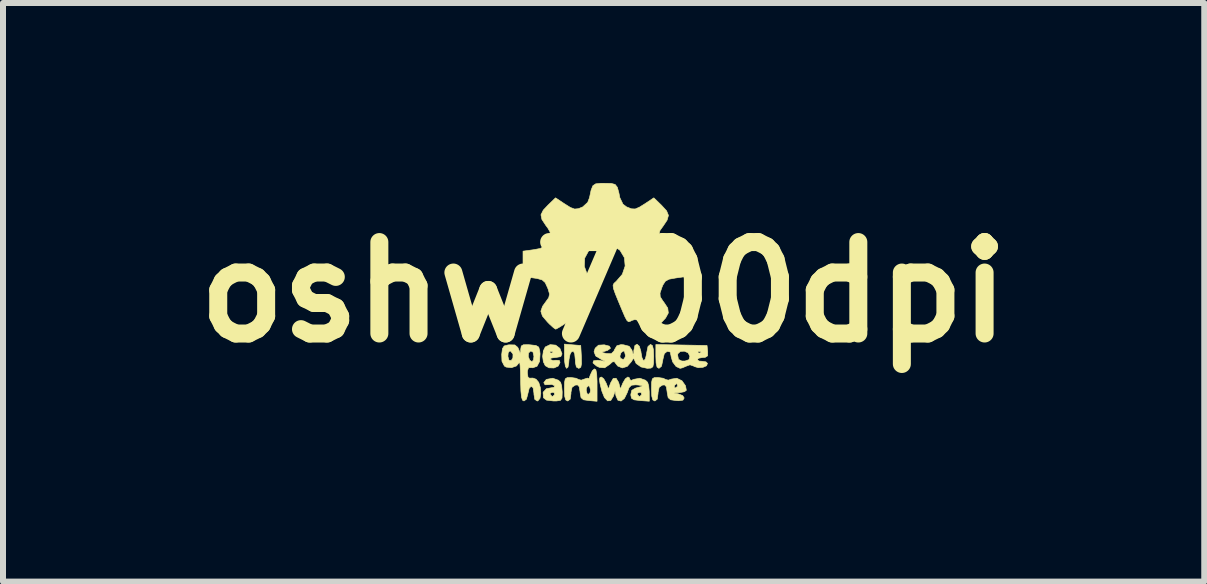
<source format=kicad_pcb>
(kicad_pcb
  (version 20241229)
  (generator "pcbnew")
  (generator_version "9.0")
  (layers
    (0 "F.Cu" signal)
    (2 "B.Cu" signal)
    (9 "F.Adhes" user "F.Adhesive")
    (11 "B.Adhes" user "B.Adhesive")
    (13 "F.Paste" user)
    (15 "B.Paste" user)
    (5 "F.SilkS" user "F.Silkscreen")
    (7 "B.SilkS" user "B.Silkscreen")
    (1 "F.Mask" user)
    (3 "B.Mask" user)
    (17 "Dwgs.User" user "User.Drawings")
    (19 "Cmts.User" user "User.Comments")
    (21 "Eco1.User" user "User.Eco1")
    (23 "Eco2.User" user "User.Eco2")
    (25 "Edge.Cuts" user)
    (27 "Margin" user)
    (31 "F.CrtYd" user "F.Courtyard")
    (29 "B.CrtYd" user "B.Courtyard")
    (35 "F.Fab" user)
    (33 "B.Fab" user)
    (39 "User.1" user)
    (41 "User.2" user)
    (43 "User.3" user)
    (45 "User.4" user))
  (footprint "oshw700dpi"
    (layer "F.Cu")
    (at 7.01 1.819)
    (property "Reference" "oshw700dpi" (at 0 0 0) (layer "F.SilkS") (effects (font (size 1.524 1.524) (thickness 0.3))))
    (attr through_hole)
    (fp_poly (pts (xy -0.517 0.878) (xy -0.381 0.889) (xy -0.37 1.079) (xy -0.368 1.194) (xy -0.38 1.252) (xy -0.411 1.27) (xy -0.415 1.27) (xy -0.454 1.248) (xy -0.47 1.174) (xy -0.472 1.125) (xy -0.482 1.026) (xy -0.506 0.982) (xy -0.539 0.999) (xy -0.559 1.037) (xy -0.576 1.119) (xy -0.581 1.182) (xy -0.593 1.249) (xy -0.617 1.27) (xy -0.637 1.237) (xy -0.65 1.152) (xy -0.653 1.068) (xy -0.653 0.866) (xy -0.517 0.878)) (stroke (width 0.01) (type solid)) (fill yes) (layer "F.SilkS"))
    (fp_poly (pts (xy -0.799 0.883) (xy -0.73 0.936) (xy -0.727 0.941) (xy -0.693 1.029) (xy -0.714 1.075) (xy -0.796 1.089) (xy -0.8 1.089) (xy -0.871 1.098) (xy -0.892 1.119) (xy -0.891 1.121) (xy -0.844 1.14) (xy -0.798 1.135) (xy -0.738 1.138) (xy -0.726 1.171) (xy -0.756 1.232) (xy -0.827 1.264) (xy -0.911 1.261) (xy -0.972 1.226) (xy -1.004 1.161) (xy -1.016 1.07) (xy -1.005 0.992) (xy -0.895 0.992) (xy -0.89 1.013) (xy -0.871 1.016) (xy -0.841 1.003) (xy -0.847 0.992) (xy -0.89 0.987) (xy -0.895 0.992) (xy -1.005 0.992) (xy -1.003 0.976) (xy -0.972 0.914) (xy -0.891 0.875) (xy -0.799 0.883)) (stroke (width 0.01) (type solid)) (fill yes) (layer "F.SilkS"))
    (fp_poly (pts (xy -0.753 1.468) (xy -0.717 1.503) (xy -0.699 1.563) (xy -0.69 1.66) (xy -0.69 1.678) (xy -0.693 1.765) (xy -0.719 1.804) (xy -0.786 1.814) (xy -0.836 1.814) (xy -0.952 1.8) (xy -1.003 1.76) (xy -1.007 1.686) (xy -0.892 1.686) (xy -0.889 1.705) (xy -0.858 1.74) (xy -0.853 1.742) (xy -0.824 1.716) (xy -0.816 1.705) (xy -0.825 1.675) (xy -0.853 1.669) (xy -0.892 1.686) (xy -1.007 1.686) (xy -1.008 1.669) (xy -0.954 1.61) (xy -0.888 1.597) (xy -0.824 1.585) (xy -0.817 1.559) (xy -0.866 1.537) (xy -0.907 1.542) (xy -0.976 1.544) (xy -0.997 1.509) (xy -0.96 1.461) (xy -0.947 1.453) (xy -0.848 1.435) (xy -0.753 1.468)) (stroke (width 0.01) (type solid)) (fill yes) (layer "F.SilkS"))
    (fp_poly (pts (xy -0.129 1.293) (xy -0.115 1.36) (xy -0.109 1.489) (xy -0.109 1.541) (xy -0.109 1.819) (xy -0.245 1.807) (xy -0.335 1.794) (xy -0.376 1.759) (xy -0.391 1.68) (xy -0.392 1.664) (xy -0.397 1.633) (xy -0.29 1.633) (xy -0.275 1.692) (xy -0.254 1.705) (xy -0.225 1.675) (xy -0.218 1.633) (xy -0.233 1.574) (xy -0.254 1.56) (xy -0.283 1.591) (xy -0.29 1.633) (xy -0.397 1.633) (xy -0.406 1.577) (xy -0.434 1.546) (xy -0.474 1.55) (xy -0.526 1.586) (xy -0.544 1.67) (xy -0.544 1.692) (xy -0.557 1.784) (xy -0.597 1.814) (xy -0.599 1.814) (xy -0.632 1.796) (xy -0.649 1.733) (xy -0.653 1.617) (xy -0.651 1.504) (xy -0.639 1.446) (xy -0.607 1.425) (xy -0.544 1.423) (xy -0.543 1.423) (xy -0.459 1.435) (xy -0.414 1.457) (xy -0.372 1.467) (xy -0.324 1.45) (xy -0.268 1.432) (xy -0.25 1.441) (xy -0.24 1.434) (xy -0.222 1.382) (xy -0.187 1.309) (xy -0.153 1.279) (xy -0.129 1.293)) (stroke (width 0.01) (type solid)) (fill yes) (layer "F.SilkS"))
    (fp_poly (pts (xy 0.908 1.423) (xy 0.992 1.435) (xy 1.038 1.457) (xy 1.08 1.467) (xy 1.127 1.45) (xy 1.22 1.435) (xy 1.306 1.477) (xy 1.365 1.56) (xy 1.379 1.636) (xy 1.347 1.66) (xy 1.27 1.674) (xy 1.261 1.675) (xy 1.187 1.679) (xy 1.182 1.685) (xy 1.243 1.695) (xy 1.318 1.724) (xy 1.343 1.764) (xy 1.322 1.8) (xy 1.252 1.81) (xy 1.206 1.807) (xy 1.117 1.794) (xy 1.076 1.759) (xy 1.061 1.68) (xy 1.059 1.664) (xy 1.046 1.577) (xy 1.03 1.56) (xy 1.179 1.56) (xy 1.182 1.594) (xy 1.195 1.597) (xy 1.232 1.57) (xy 1.234 1.56) (xy 1.221 1.525) (xy 1.218 1.524) (xy 1.187 1.549) (xy 1.179 1.56) (xy 1.03 1.56) (xy 1.017 1.546) (xy 0.978 1.55) (xy 0.926 1.586) (xy 0.908 1.67) (xy 0.907 1.692) (xy 0.894 1.784) (xy 0.855 1.814) (xy 0.853 1.814) (xy 0.82 1.796) (xy 0.803 1.733) (xy 0.798 1.617) (xy 0.8 1.504) (xy 0.812 1.446) (xy 0.844 1.425) (xy 0.907 1.423) (xy 0.908 1.423)) (stroke (width 0.01) (type solid)) (fill yes) (layer "F.SilkS"))
    (fp_poly (pts (xy 1.724 0.889) (xy 1.735 0.989) (xy 1.734 1.061) (xy 1.693 1.087) (xy 1.653 1.089) (xy 1.584 1.101) (xy 1.56 1.124) (xy 1.59 1.149) (xy 1.638 1.152) (xy 1.706 1.162) (xy 1.731 1.187) (xy 1.716 1.227) (xy 1.656 1.253) (xy 1.579 1.259) (xy 1.513 1.24) (xy 1.508 1.235) (xy 1.44 1.211) (xy 1.384 1.231) (xy 1.311 1.262) (xy 1.275 1.27) (xy 1.208 1.239) (xy 1.151 1.163) (xy 1.125 1.072) (xy 1.125 1.065) (xy 1.121 1.049) (xy 1.234 1.049) (xy 1.248 1.121) (xy 1.303 1.148) (xy 1.358 1.148) (xy 1.424 1.125) (xy 1.438 1.067) (xy 1.408 1.011) (xy 1.365 0.992) (xy 1.572 0.992) (xy 1.577 1.013) (xy 1.597 1.016) (xy 1.626 1.003) (xy 1.621 0.992) (xy 1.578 0.987) (xy 1.572 0.992) (xy 1.365 0.992) (xy 1.346 0.984) (xy 1.28 0.988) (xy 1.238 1.026) (xy 1.234 1.049) (xy 1.121 1.049) (xy 1.111 0.998) (xy 1.062 0.986) (xy 1.061 0.986) (xy 1.012 1.025) (xy 0.988 1.123) (xy 0.987 1.134) (xy 0.965 1.235) (xy 0.923 1.27) (xy 0.923 1.27) (xy 0.891 1.25) (xy 0.875 1.181) (xy 0.871 1.072) (xy 0.871 0.873) (xy 1.724 0.889)) (stroke (width 0.01) (type solid)) (fill yes) (layer "F.SilkS"))
    (fp_poly (pts (xy 0.433 1.431) (xy 0.435 1.453) (xy 0.458 1.472) (xy 0.505 1.453) (xy 0.604 1.435) (xy 0.698 1.468) (xy 0.734 1.503) (xy 0.752 1.563) (xy 0.761 1.66) (xy 0.761 1.68) (xy 0.762 1.818) (xy 0.608 1.807) (xy 0.51 1.795) (xy 0.465 1.769) (xy 0.454 1.717) (xy 0.454 1.706) (xy 0.458 1.686) (xy 0.56 1.686) (xy 0.562 1.705) (xy 0.593 1.74) (xy 0.599 1.742) (xy 0.628 1.716) (xy 0.635 1.705) (xy 0.626 1.675) (xy 0.599 1.669) (xy 0.56 1.686) (xy 0.458 1.686) (xy 0.47 1.636) (xy 0.534 1.599) (xy 0.562 1.592) (xy 0.638 1.572) (xy 0.643 1.558) (xy 0.577 1.548) (xy 0.534 1.545) (xy 0.465 1.551) (xy 0.424 1.592) (xy 0.393 1.677) (xy 0.347 1.771) (xy 0.291 1.815) (xy 0.239 1.802) (xy 0.207 1.733) (xy 0.191 1.651) (xy 0.164 1.733) (xy 0.12 1.805) (xy 0.067 1.812) (xy 0.014 1.757) (xy -0.029 1.65) (xy -0.06 1.524) (xy -0.07 1.452) (xy -0.059 1.421) (xy -0.035 1.415) (xy 0.003 1.445) (xy 0.042 1.515) (xy 0.081 1.615) (xy 0.117 1.513) (xy 0.16 1.439) (xy 0.208 1.435) (xy 0.249 1.501) (xy 0.257 1.527) (xy 0.28 1.615) (xy 0.321 1.515) (xy 0.362 1.445) (xy 0.405 1.414) (xy 0.433 1.431)) (stroke (width 0.01) (type solid)) (fill yes) (layer "F.SilkS"))
    (fp_poly (pts (xy 0.596 0.902) (xy 0.622 0.988) (xy 0.624 1.007) (xy 0.64 1.094) (xy 0.665 1.141) (xy 0.671 1.143) (xy 0.697 1.111) (xy 0.716 1.031) (xy 0.719 1.007) (xy 0.74 0.906) (xy 0.782 0.871) (xy 0.782 0.871) (xy 0.814 0.891) (xy 0.831 0.96) (xy 0.835 1.07) (xy 0.833 1.185) (xy 0.821 1.244) (xy 0.789 1.266) (xy 0.728 1.27) (xy 0.624 1.247) (xy 0.542 1.189) (xy 0.508 1.115) (xy 0.507 1.113) (xy 0.494 1.109) (xy 0.462 1.159) (xy 0.461 1.161) (xy 0.394 1.238) (xy 0.312 1.263) (xy 0.236 1.232) (xy 0.214 1.205) (xy 0.179 1.158) (xy 0.145 1.164) (xy 0.103 1.203) (xy 0.018 1.261) (xy -0.07 1.254) (xy -0.118 1.231) (xy -0.177 1.18) (xy -0.169 1.145) (xy -0.102 1.135) (xy -0.064 1.14) (xy 0.01 1.152) (xy 0.017 1.147) (xy -0.035 1.123) (xy -0.127 1.066) (xy 0.271 1.066) (xy 0.281 1.103) (xy 0.331 1.124) (xy 0.36 1.082) (xy 0.363 1.052) (xy 0.349 0.993) (xy 0.33 0.98) (xy 0.291 1.009) (xy 0.271 1.066) (xy -0.127 1.066) (xy -0.132 1.063) (xy -0.159 0.993) (xy -0.14 0.934) (xy -0.085 0.884) (xy 0.011 0.878) (xy 0.096 0.9) (xy 0.115 0.935) (xy 0.066 0.971) (xy 0.029 0.982) (xy -0.024 0.998) (xy -0.014 1.009) (xy 0.048 1.023) (xy 0.128 1.026) (xy 0.171 0.984) (xy 0.184 0.955) (xy 0.222 0.893) (xy 0.289 0.875) (xy 0.334 0.878) (xy 0.426 0.902) (xy 0.471 0.964) (xy 0.476 0.98) (xy 0.501 1.07) (xy 0.504 0.971) (xy 0.522 0.889) (xy 0.558 0.868) (xy 0.596 0.902)) (stroke (width 0.01) (type solid)) (fill yes) (layer "F.SilkS"))
    (fp_poly (pts (xy -1.225 0.878) (xy -1.128 0.889) (xy -1.081 0.916) (xy -1.064 0.979) (xy -1.059 1.028) (xy -1.067 1.155) (xy -1.11 1.236) (xy -1.182 1.261) (xy -1.204 1.258) (xy -1.251 1.26) (xy -1.269 1.311) (xy -1.27 1.348) (xy -1.26 1.418) (xy -1.235 1.434) (xy -1.234 1.434) (xy -1.178 1.432) (xy -1.126 1.451) (xy -1.081 1.504) (xy -1.054 1.591) (xy -1.047 1.688) (xy -1.06 1.77) (xy -1.095 1.812) (xy -1.107 1.814) (xy -1.147 1.787) (xy -1.161 1.701) (xy -1.161 1.684) (xy -1.175 1.594) (xy -1.206 1.568) (xy -1.24 1.602) (xy -1.263 1.696) (xy -1.263 1.699) (xy -1.287 1.785) (xy -1.327 1.814) (xy -1.352 1.8) (xy -1.368 1.749) (xy -1.378 1.65) (xy -1.383 1.492) (xy -1.383 1.46) (xy -1.386 1.319) (xy -1.392 1.217) (xy -1.399 1.167) (xy -1.404 1.17) (xy -1.452 1.23) (xy -1.536 1.259) (xy -1.624 1.249) (xy -1.653 1.232) (xy -1.694 1.153) (xy -1.697 1.071) (xy -1.595 1.071) (xy -1.579 1.129) (xy -1.572 1.137) (xy -1.538 1.139) (xy -1.512 1.097) (xy -1.511 1.071) (xy -1.256 1.071) (xy -1.232 1.133) (xy -1.194 1.161) (xy -1.169 1.13) (xy -1.161 1.07) (xy -1.177 0.999) (xy -1.214 0.98) (xy -1.25 1.013) (xy -1.256 1.071) (xy -1.511 1.071) (xy -1.51 1.038) (xy -1.513 1.028) (xy -1.549 0.984) (xy -1.564 0.98) (xy -1.59 1.009) (xy -1.595 1.071) (xy -1.697 1.071) (xy -1.698 1.037) (xy -1.686 0.942) (xy -1.657 0.897) (xy -1.592 0.88) (xy -1.569 0.878) (xy -1.48 0.88) (xy -1.431 0.92) (xy -1.417 0.95) (xy -1.383 1.034) (xy -1.381 0.95) (xy -1.372 0.898) (xy -1.336 0.877) (xy -1.252 0.876) (xy -1.225 0.878)) (stroke (width 0.01) (type solid)) (fill yes) (layer "F.SilkS"))
    (fp_poly (pts (xy 0.127 -1.812) (xy 0.192 -1.795) (xy 0.229 -1.748) (xy 0.255 -1.654) (xy 0.271 -1.574) (xy 0.323 -1.466) (xy 0.384 -1.42) (xy 0.464 -1.389) (xy 0.527 -1.386) (xy 0.599 -1.417) (xy 0.692 -1.475) (xy 0.837 -1.572) (xy 0.963 -1.45) (xy 1.05 -1.355) (xy 1.081 -1.279) (xy 1.058 -1.199) (xy 0.997 -1.108) (xy 0.94 -1.028) (xy 0.924 -0.971) (xy 0.945 -0.903) (xy 0.966 -0.859) (xy 1.012 -0.779) (xy 1.07 -0.736) (xy 1.167 -0.712) (xy 1.203 -0.707) (xy 1.379 -0.683) (xy 1.379 -0.261) (xy 1.202 -0.236) (xy 1.092 -0.216) (xy 1.03 -0.183) (xy 0.989 -0.12) (xy 0.971 -0.076) (xy 0.94 0.016) (xy 0.944 0.077) (xy 0.986 0.144) (xy 1.003 0.166) (xy 1.069 0.265) (xy 1.079 0.347) (xy 1.033 0.432) (xy 0.963 0.507) (xy 0.837 0.628) (xy 0.69 0.531) (xy 0.589 0.472) (xy 0.52 0.457) (xy 0.473 0.471) (xy 0.438 0.489) (xy 0.412 0.492) (xy 0.387 0.469) (xy 0.355 0.409) (xy 0.309 0.302) (xy 0.253 0.168) (xy 0.196 0.029) (xy 0.165 -0.059) (xy 0.158 -0.112) (xy 0.172 -0.145) (xy 0.206 -0.176) (xy 0.208 -0.177) (xy 0.312 -0.297) (xy 0.359 -0.435) (xy 0.347 -0.574) (xy 0.274 -0.696) (xy 0.271 -0.699) (xy 0.135 -0.794) (xy -0.007 -0.818) (xy -0.147 -0.771) (xy -0.251 -0.685) (xy -0.315 -0.567) (xy -0.321 -0.43) (xy -0.272 -0.294) (xy -0.172 -0.177) (xy -0.172 -0.177) (xy -0.137 -0.147) (xy -0.122 -0.113) (xy -0.128 -0.062) (xy -0.158 0.024) (xy -0.213 0.16) (xy -0.217 0.168) (xy -0.281 0.323) (xy -0.324 0.421) (xy -0.355 0.475) (xy -0.38 0.493) (xy -0.407 0.487) (xy -0.438 0.471) (xy -0.498 0.455) (xy -0.572 0.48) (xy -0.643 0.525) (xy -0.729 0.58) (xy -0.788 0.613) (xy -0.8 0.617) (xy -0.835 0.593) (xy -0.901 0.533) (xy -0.936 0.497) (xy -1.02 0.398) (xy -1.046 0.318) (xy -1.017 0.235) (xy -0.967 0.166) (xy -0.914 0.092) (xy -0.901 0.032) (xy -0.924 -0.049) (xy -0.935 -0.076) (xy -0.974 -0.16) (xy -1.024 -0.204) (xy -1.109 -0.228) (xy -1.166 -0.236) (xy -1.343 -0.261) (xy -1.343 -0.683) (xy -1.167 -0.707) (xy -1.055 -0.728) (xy -0.989 -0.765) (xy -0.942 -0.833) (xy -0.929 -0.859) (xy -0.893 -0.944) (xy -0.892 -1.002) (xy -0.929 -1.067) (xy -0.96 -1.108) (xy -1.028 -1.211) (xy -1.044 -1.289) (xy -1.006 -1.366) (xy -0.927 -1.45) (xy -0.801 -1.572) (xy -0.655 -1.475) (xy -0.553 -1.411) (xy -0.483 -1.385) (xy -0.42 -1.391) (xy -0.348 -1.42) (xy -0.265 -1.496) (xy -0.235 -1.574) (xy -0.208 -1.701) (xy -0.179 -1.773) (xy -0.132 -1.805) (xy -0.05 -1.814) (xy 0.018 -1.814) (xy 0.127 -1.812)) (stroke (width 0.01) (type solid)) (fill yes) (layer "F.SilkS")))
  (gr_rect
    (start -3 -3)
    (end 17.021 6.643)
    (stroke (width 0.1) (type default))
    (fill no)
    (layer "Edge.Cuts")))
</source>
